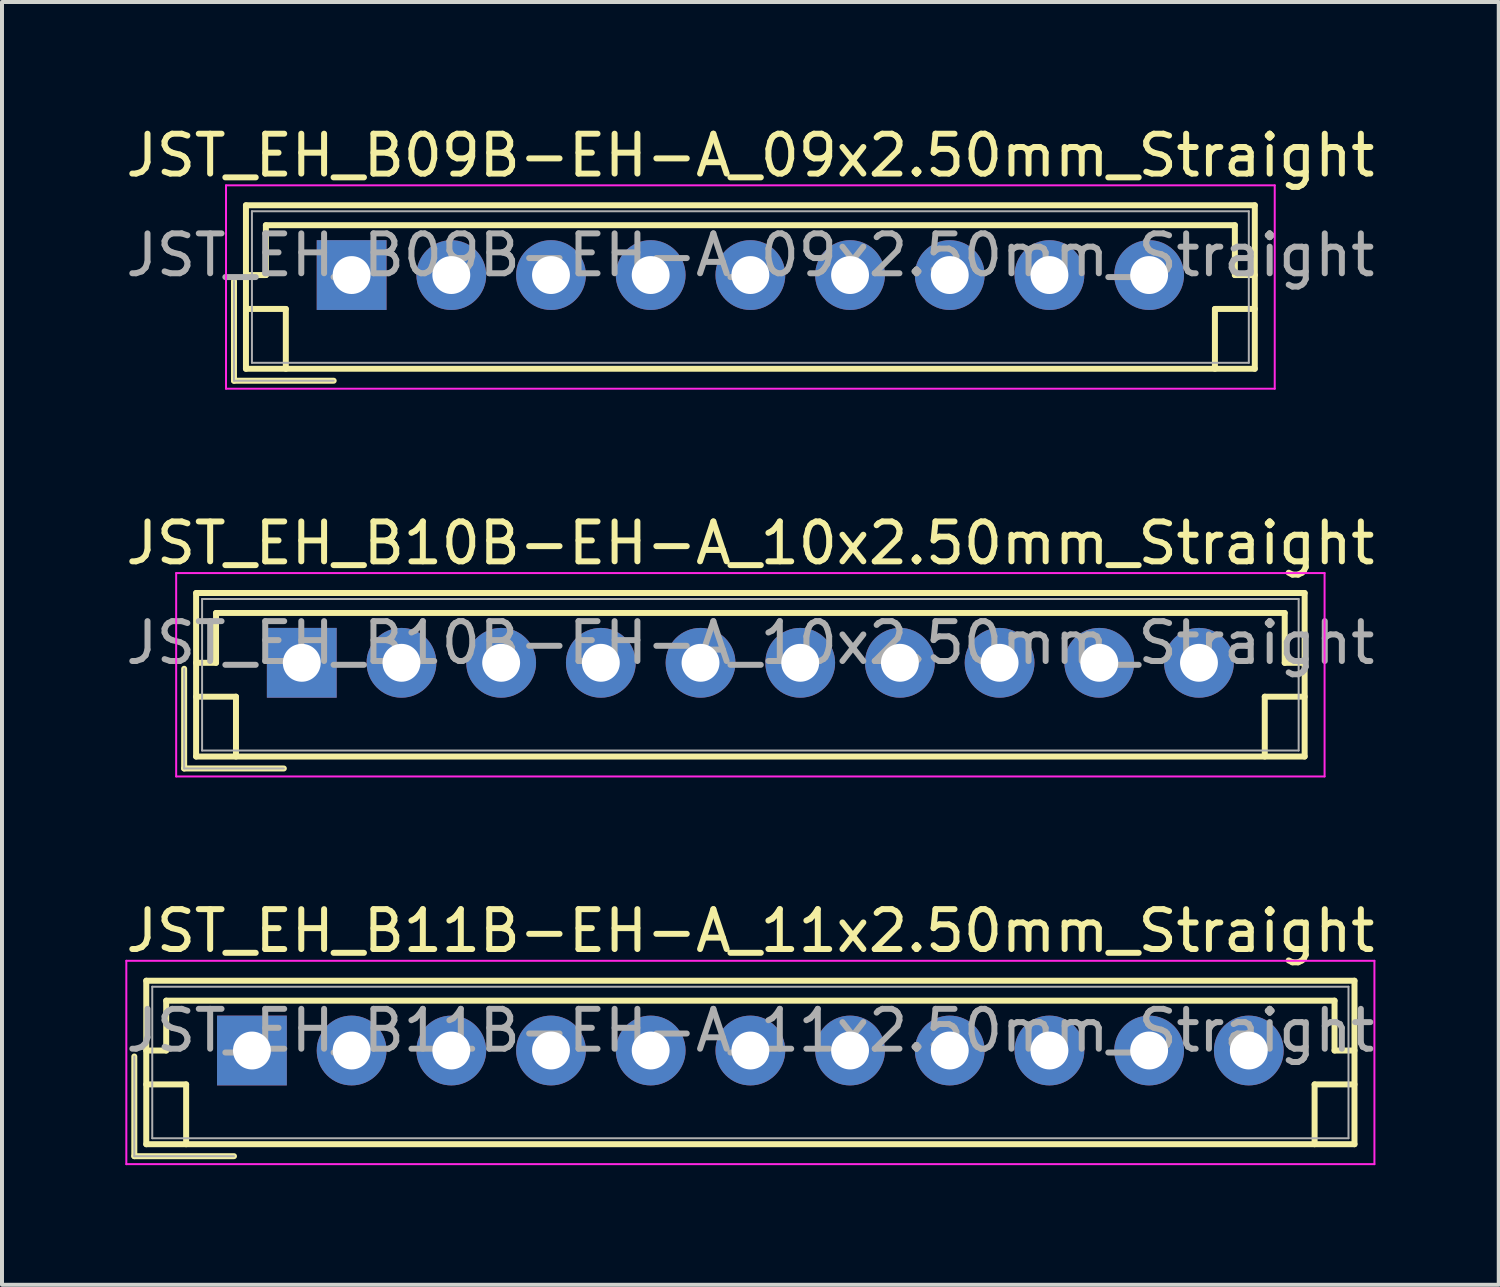
<source format=kicad_pcb>
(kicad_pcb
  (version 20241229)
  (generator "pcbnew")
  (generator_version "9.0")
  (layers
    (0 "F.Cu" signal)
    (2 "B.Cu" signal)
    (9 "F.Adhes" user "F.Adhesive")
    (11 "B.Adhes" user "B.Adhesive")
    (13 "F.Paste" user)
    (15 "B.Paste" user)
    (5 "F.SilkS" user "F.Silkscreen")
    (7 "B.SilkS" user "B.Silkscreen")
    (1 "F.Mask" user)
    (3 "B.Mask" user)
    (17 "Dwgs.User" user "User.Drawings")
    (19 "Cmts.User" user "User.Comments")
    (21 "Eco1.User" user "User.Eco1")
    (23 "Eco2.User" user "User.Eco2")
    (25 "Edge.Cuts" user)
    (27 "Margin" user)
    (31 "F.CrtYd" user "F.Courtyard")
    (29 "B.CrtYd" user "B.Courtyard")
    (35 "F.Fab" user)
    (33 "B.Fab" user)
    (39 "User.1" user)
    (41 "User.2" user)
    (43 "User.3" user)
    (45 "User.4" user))
  (footprint "JST_EH_B09B-EH-A_09x2.50mm_Straight"
    (layer "F.Cu")
    (at 5.768 3.848)
    (property "Reference" "JST_EH_B09B-EH-A_09x2.50mm_Straight" (at 10 -0.5 0) (layer "F.Fab") (effects (font (size 1 1) (thickness 0.15))))
    (attr through_hole)
    (fp_line (start -2.95 0.15) (end -2.95 2.65) (stroke (width 0.15) (type solid)) (layer "F.SilkS"))
    (fp_line (start -2.95 2.65) (end -0.45 2.65) (stroke (width 0.15) (type solid)) (layer "F.SilkS"))
    (fp_line (start -2.65 -1.75) (end -2.65 2.35) (stroke (width 0.15) (type solid)) (layer "F.SilkS"))
    (fp_line (start -2.65 0) (end -2.15 0) (stroke (width 0.15) (type solid)) (layer "F.SilkS"))
    (fp_line (start -2.65 0.85) (end -1.65 0.85) (stroke (width 0.15) (type solid)) (layer "F.SilkS"))
    (fp_line (start -2.65 2.35) (end 22.65 2.35) (stroke (width 0.15) (type solid)) (layer "F.SilkS"))
    (fp_line (start -2.15 -1.25) (end 22.15 -1.25) (stroke (width 0.15) (type solid)) (layer "F.SilkS"))
    (fp_line (start -2.15 0) (end -2.15 -1.25) (stroke (width 0.15) (type solid)) (layer "F.SilkS"))
    (fp_line (start -1.65 0.85) (end -1.65 2.35) (stroke (width 0.15) (type solid)) (layer "F.SilkS"))
    (fp_line (start 21.65 0.85) (end 21.65 2.35) (stroke (width 0.15) (type solid)) (layer "F.SilkS"))
    (fp_line (start 22.15 -1.25) (end 22.15 0) (stroke (width 0.15) (type solid)) (layer "F.SilkS"))
    (fp_line (start 22.15 0) (end 22.65 0) (stroke (width 0.15) (type solid)) (layer "F.SilkS"))
    (fp_line (start 22.65 -1.75) (end -2.65 -1.75) (stroke (width 0.15) (type solid)) (layer "F.SilkS"))
    (fp_line (start 22.65 0.85) (end 21.65 0.85) (stroke (width 0.15) (type solid)) (layer "F.SilkS"))
    (fp_line (start 22.65 2.35) (end 22.65 -1.75) (stroke (width 0.15) (type solid)) (layer "F.SilkS"))
    (fp_line (start -3.15 -2.25) (end -3.15 2.85) (stroke (width 0.05) (type solid)) (layer "F.CrtYd"))
    (fp_line (start -3.15 2.85) (end 23.15 2.85) (stroke (width 0.05) (type solid)) (layer "F.CrtYd"))
    (fp_line (start 23.15 -2.25) (end -3.15 -2.25) (stroke (width 0.05) (type solid)) (layer "F.CrtYd"))
    (fp_line (start 23.15 2.85) (end 23.15 -2.25) (stroke (width 0.05) (type solid)) (layer "F.CrtYd"))
    (fp_line (start -2.95 0.15) (end -2.95 2.65) (stroke (width 0.05) (type solid)) (layer "F.Fab"))
    (fp_line (start -2.95 2.65) (end -0.45 2.65) (stroke (width 0.05) (type solid)) (layer "F.Fab"))
    (fp_line (start -2.5 -1.6) (end -2.5 2.2) (stroke (width 0.05) (type solid)) (layer "F.Fab"))
    (fp_line (start -2.5 2.2) (end 22.5 2.2) (stroke (width 0.05) (type solid)) (layer "F.Fab"))
    (fp_line (start 22.5 -1.6) (end -2.5 -1.6) (stroke (width 0.05) (type solid)) (layer "F.Fab"))
    (fp_line (start 22.5 2.2) (end 22.5 -1.6) (stroke (width 0.05) (type solid)) (layer "F.Fab"))
    (fp_text user "${REFERENCE}" (at 10 -3 0) (layer "F.SilkS") (effects (font (size 1 1) (thickness 0.15))))
    (pad "1" thru_hole rect (at 0 0) (size 1.75 1.75) (drill 0.95) (layers "*.Cu" "*.Mask"))
    (pad "2" thru_hole circle (at 2.5 0) (size 1.75 1.75) (drill 0.95) (layers "*.Cu" "*.Mask"))
    (pad "3" thru_hole circle (at 5 0) (size 1.75 1.75) (drill 0.95) (layers "*.Cu" "*.Mask"))
    (pad "4" thru_hole circle (at 7.5 0) (size 1.75 1.75) (drill 0.95) (layers "*.Cu" "*.Mask"))
    (pad "5" thru_hole circle (at 10 0) (size 1.75 1.75) (drill 0.95) (layers "*.Cu" "*.Mask"))
    (pad "6" thru_hole circle (at 12.5 0) (size 1.75 1.75) (drill 0.95) (layers "*.Cu" "*.Mask"))
    (pad "7" thru_hole circle (at 15 0) (size 1.75 1.75) (drill 0.95) (layers "*.Cu" "*.Mask"))
    (pad "8" thru_hole circle (at 17.5 0) (size 1.75 1.75) (drill 0.95) (layers "*.Cu" "*.Mask"))
    (pad "9" thru_hole circle (at 20 0) (size 1.75 1.75) (drill 0.95) (layers "*.Cu" "*.Mask")))
  (footprint "JST_EH_B11B-EH-A_11x2.50mm_Straight"
    (layer "F.Cu")
    (at 3.268 23.295)
    (property "Reference" "JST_EH_B11B-EH-A_11x2.50mm_Straight" (at 12.5 -0.5 0) (layer "F.Fab") (effects (font (size 1 1) (thickness 0.15))))
    (attr through_hole)
    (fp_line (start -2.95 0.15) (end -2.95 2.65) (stroke (width 0.15) (type solid)) (layer "F.SilkS"))
    (fp_line (start -2.95 2.65) (end -0.45 2.65) (stroke (width 0.15) (type solid)) (layer "F.SilkS"))
    (fp_line (start -2.65 -1.75) (end -2.65 2.35) (stroke (width 0.15) (type solid)) (layer "F.SilkS"))
    (fp_line (start -2.65 0) (end -2.15 0) (stroke (width 0.15) (type solid)) (layer "F.SilkS"))
    (fp_line (start -2.65 0.85) (end -1.65 0.85) (stroke (width 0.15) (type solid)) (layer "F.SilkS"))
    (fp_line (start -2.65 2.35) (end 27.65 2.35) (stroke (width 0.15) (type solid)) (layer "F.SilkS"))
    (fp_line (start -2.15 -1.25) (end 27.15 -1.25) (stroke (width 0.15) (type solid)) (layer "F.SilkS"))
    (fp_line (start -2.15 0) (end -2.15 -1.25) (stroke (width 0.15) (type solid)) (layer "F.SilkS"))
    (fp_line (start -1.65 0.85) (end -1.65 2.35) (stroke (width 0.15) (type solid)) (layer "F.SilkS"))
    (fp_line (start 26.65 0.85) (end 26.65 2.35) (stroke (width 0.15) (type solid)) (layer "F.SilkS"))
    (fp_line (start 27.15 -1.25) (end 27.15 0) (stroke (width 0.15) (type solid)) (layer "F.SilkS"))
    (fp_line (start 27.15 0) (end 27.65 0) (stroke (width 0.15) (type solid)) (layer "F.SilkS"))
    (fp_line (start 27.65 -1.75) (end -2.65 -1.75) (stroke (width 0.15) (type solid)) (layer "F.SilkS"))
    (fp_line (start 27.65 0.85) (end 26.65 0.85) (stroke (width 0.15) (type solid)) (layer "F.SilkS"))
    (fp_line (start 27.65 2.35) (end 27.65 -1.75) (stroke (width 0.15) (type solid)) (layer "F.SilkS"))
    (fp_line (start -3.15 -2.25) (end -3.15 2.85) (stroke (width 0.05) (type solid)) (layer "F.CrtYd"))
    (fp_line (start -3.15 2.85) (end 28.15 2.85) (stroke (width 0.05) (type solid)) (layer "F.CrtYd"))
    (fp_line (start 28.15 -2.25) (end -3.15 -2.25) (stroke (width 0.05) (type solid)) (layer "F.CrtYd"))
    (fp_line (start 28.15 2.85) (end 28.15 -2.25) (stroke (width 0.05) (type solid)) (layer "F.CrtYd"))
    (fp_line (start -2.95 0.15) (end -2.95 2.65) (stroke (width 0.05) (type solid)) (layer "F.Fab"))
    (fp_line (start -2.95 2.65) (end -0.45 2.65) (stroke (width 0.05) (type solid)) (layer "F.Fab"))
    (fp_line (start -2.5 -1.6) (end -2.5 2.2) (stroke (width 0.05) (type solid)) (layer "F.Fab"))
    (fp_line (start -2.5 2.2) (end 27.5 2.2) (stroke (width 0.05) (type solid)) (layer "F.Fab"))
    (fp_line (start 27.5 -1.6) (end -2.5 -1.6) (stroke (width 0.05) (type solid)) (layer "F.Fab"))
    (fp_line (start 27.5 2.2) (end 27.5 -1.6) (stroke (width 0.05) (type solid)) (layer "F.Fab"))
    (fp_text user "${REFERENCE}" (at 12.5 -3 0) (layer "F.SilkS") (effects (font (size 1 1) (thickness 0.15))))
    (pad "1" thru_hole rect (at 0 0) (size 1.75 1.75) (drill 0.95) (layers "*.Cu" "*.Mask"))
    (pad "2" thru_hole circle (at 2.5 0) (size 1.75 1.75) (drill 0.95) (layers "*.Cu" "*.Mask"))
    (pad "3" thru_hole circle (at 5 0) (size 1.75 1.75) (drill 0.95) (layers "*.Cu" "*.Mask"))
    (pad "4" thru_hole circle (at 7.5 0) (size 1.75 1.75) (drill 0.95) (layers "*.Cu" "*.Mask"))
    (pad "5" thru_hole circle (at 10 0) (size 1.75 1.75) (drill 0.95) (layers "*.Cu" "*.Mask"))
    (pad "6" thru_hole circle (at 12.5 0) (size 1.75 1.75) (drill 0.95) (layers "*.Cu" "*.Mask"))
    (pad "7" thru_hole circle (at 15 0) (size 1.75 1.75) (drill 0.95) (layers "*.Cu" "*.Mask"))
    (pad "8" thru_hole circle (at 17.5 0) (size 1.75 1.75) (drill 0.95) (layers "*.Cu" "*.Mask"))
    (pad "9" thru_hole circle (at 20 0) (size 1.75 1.75) (drill 0.95) (layers "*.Cu" "*.Mask"))
    (pad "10" thru_hole circle (at 22.5 0) (size 1.75 1.75) (drill 0.95) (layers "*.Cu" "*.Mask"))
    (pad "11" thru_hole circle (at 25 0) (size 1.75 1.75) (drill 0.95) (layers "*.Cu" "*.Mask")))
  (footprint "JST_EH_B10B-EH-A_10x2.50mm_Straight"
    (layer "F.Cu")
    (at 4.518 13.572)
    (property "Reference" "JST_EH_B10B-EH-A_10x2.50mm_Straight" (at 11.25 -0.5 0) (layer "F.Fab") (effects (font (size 1 1) (thickness 0.15))))
    (attr through_hole)
    (fp_line (start -2.95 0.15) (end -2.95 2.65) (stroke (width 0.15) (type solid)) (layer "F.SilkS"))
    (fp_line (start -2.95 2.65) (end -0.45 2.65) (stroke (width 0.15) (type solid)) (layer "F.SilkS"))
    (fp_line (start -2.65 -1.75) (end -2.65 2.35) (stroke (width 0.15) (type solid)) (layer "F.SilkS"))
    (fp_line (start -2.65 0) (end -2.15 0) (stroke (width 0.15) (type solid)) (layer "F.SilkS"))
    (fp_line (start -2.65 0.85) (end -1.65 0.85) (stroke (width 0.15) (type solid)) (layer "F.SilkS"))
    (fp_line (start -2.65 2.35) (end 25.15 2.35) (stroke (width 0.15) (type solid)) (layer "F.SilkS"))
    (fp_line (start -2.15 -1.25) (end 24.65 -1.25) (stroke (width 0.15) (type solid)) (layer "F.SilkS"))
    (fp_line (start -2.15 0) (end -2.15 -1.25) (stroke (width 0.15) (type solid)) (layer "F.SilkS"))
    (fp_line (start -1.65 0.85) (end -1.65 2.35) (stroke (width 0.15) (type solid)) (layer "F.SilkS"))
    (fp_line (start 24.15 0.85) (end 24.15 2.35) (stroke (width 0.15) (type solid)) (layer "F.SilkS"))
    (fp_line (start 24.65 -1.25) (end 24.65 0) (stroke (width 0.15) (type solid)) (layer "F.SilkS"))
    (fp_line (start 24.65 0) (end 25.15 0) (stroke (width 0.15) (type solid)) (layer "F.SilkS"))
    (fp_line (start 25.15 -1.75) (end -2.65 -1.75) (stroke (width 0.15) (type solid)) (layer "F.SilkS"))
    (fp_line (start 25.15 0.85) (end 24.15 0.85) (stroke (width 0.15) (type solid)) (layer "F.SilkS"))
    (fp_line (start 25.15 2.35) (end 25.15 -1.75) (stroke (width 0.15) (type solid)) (layer "F.SilkS"))
    (fp_line (start -3.15 -2.25) (end -3.15 2.85) (stroke (width 0.05) (type solid)) (layer "F.CrtYd"))
    (fp_line (start -3.15 2.85) (end 25.65 2.85) (stroke (width 0.05) (type solid)) (layer "F.CrtYd"))
    (fp_line (start 25.65 -2.25) (end -3.15 -2.25) (stroke (width 0.05) (type solid)) (layer "F.CrtYd"))
    (fp_line (start 25.65 2.85) (end 25.65 -2.25) (stroke (width 0.05) (type solid)) (layer "F.CrtYd"))
    (fp_line (start -2.95 0.15) (end -2.95 2.65) (stroke (width 0.05) (type solid)) (layer "F.Fab"))
    (fp_line (start -2.95 2.65) (end -0.45 2.65) (stroke (width 0.05) (type solid)) (layer "F.Fab"))
    (fp_line (start -2.5 -1.6) (end -2.5 2.2) (stroke (width 0.05) (type solid)) (layer "F.Fab"))
    (fp_line (start -2.5 2.2) (end 25 2.2) (stroke (width 0.05) (type solid)) (layer "F.Fab"))
    (fp_line (start 25 -1.6) (end -2.5 -1.6) (stroke (width 0.05) (type solid)) (layer "F.Fab"))
    (fp_line (start 25 2.2) (end 25 -1.6) (stroke (width 0.05) (type solid)) (layer "F.Fab"))
    (fp_text user "${REFERENCE}" (at 11.25 -3 0) (layer "F.SilkS") (effects (font (size 1 1) (thickness 0.15))))
    (pad "1" thru_hole rect (at 0 0) (size 1.75 1.75) (drill 0.95) (layers "*.Cu" "*.Mask"))
    (pad "2" thru_hole circle (at 2.5 0) (size 1.75 1.75) (drill 0.95) (layers "*.Cu" "*.Mask"))
    (pad "3" thru_hole circle (at 5 0) (size 1.75 1.75) (drill 0.95) (layers "*.Cu" "*.Mask"))
    (pad "4" thru_hole circle (at 7.5 0) (size 1.75 1.75) (drill 0.95) (layers "*.Cu" "*.Mask"))
    (pad "5" thru_hole circle (at 10 0) (size 1.75 1.75) (drill 0.95) (layers "*.Cu" "*.Mask"))
    (pad "6" thru_hole circle (at 12.5 0) (size 1.75 1.75) (drill 0.95) (layers "*.Cu" "*.Mask"))
    (pad "7" thru_hole circle (at 15 0) (size 1.75 1.75) (drill 0.95) (layers "*.Cu" "*.Mask"))
    (pad "8" thru_hole circle (at 17.5 0) (size 1.75 1.75) (drill 0.95) (layers "*.Cu" "*.Mask"))
    (pad "9" thru_hole circle (at 20 0) (size 1.75 1.75) (drill 0.95) (layers "*.Cu" "*.Mask"))
    (pad "10" thru_hole circle (at 22.5 0) (size 1.75 1.75) (drill 0.95) (layers "*.Cu" "*.Mask")))
  (gr_rect
    (start -3 -3)
    (end 34.536 29.17)
    (stroke (width 0.1) (type default))
    (fill no)
    (layer "Edge.Cuts")))
</source>
